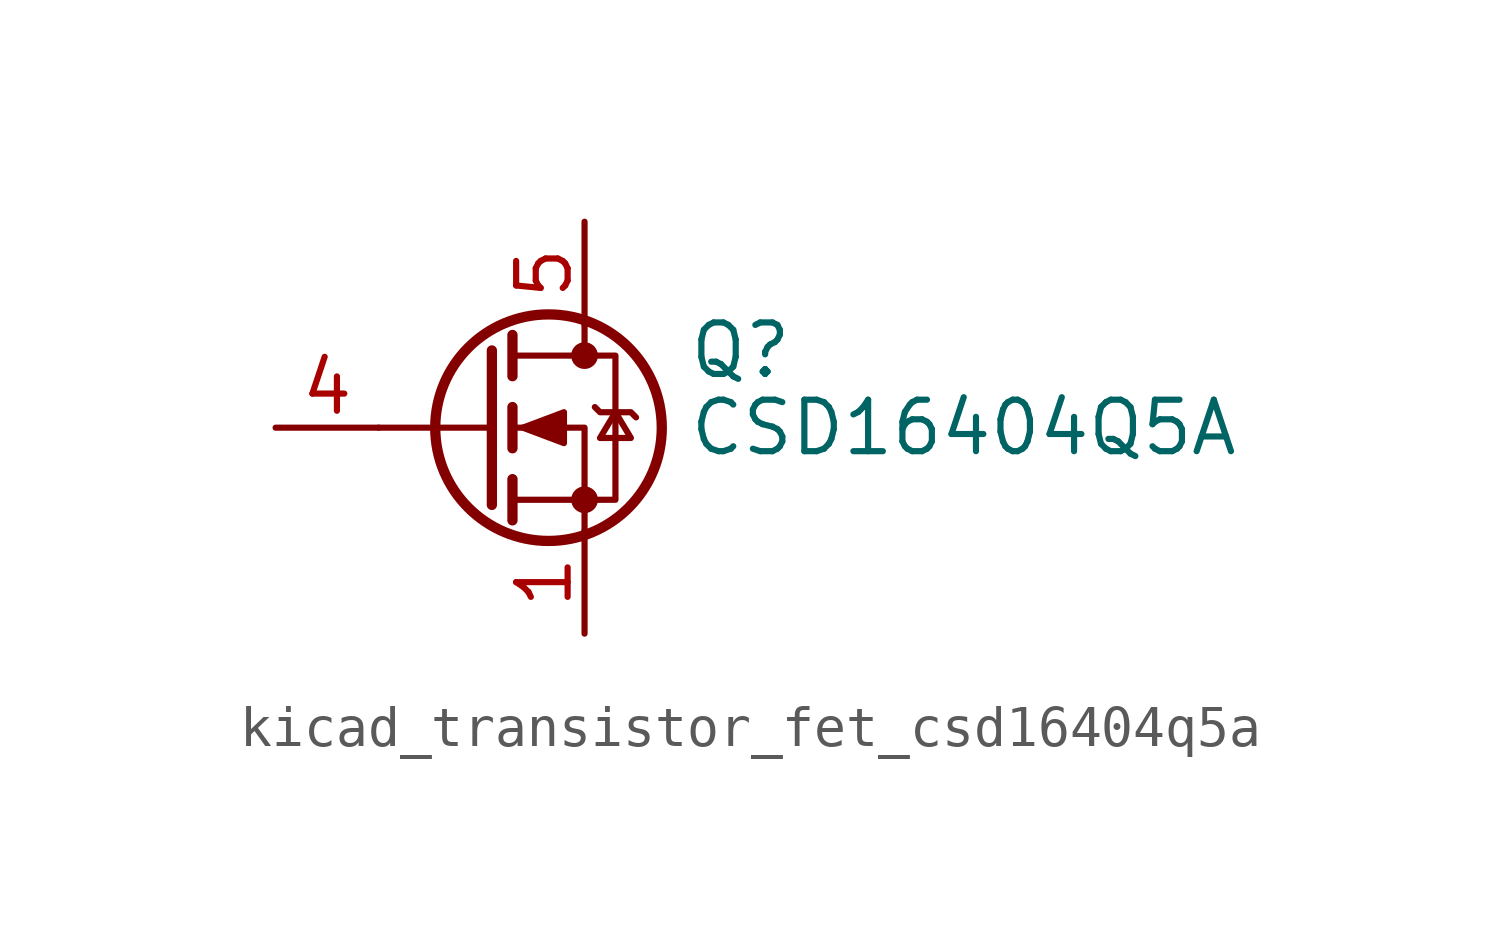
<source format=kicad_sym>
(kicad_symbol_lib
  (version 20220914)
  (generator kicad_symbol_editor)
  (symbol "kicad_transistor_fet_csd16404q5a"
    (pin_names hide)
    (property "Reference" "Q"
      (at 5.08 1.905 0)
      (effects (font (size 1.27 1.27)) (justify left)))
    (property "Value" "CSD16404Q5A"
      (at 5.08 0 0)
      (effects (font (size 1.27 1.27)) (justify left)))
    (symbol "kicad_transistor_fet_csd16404q5a_0_1"
      (polyline (pts (xy 0.254 0) (xy -2.54 0)) (stroke (width 0) (type default)) (fill (type none)))
      (polyline (pts (xy 0.254 1.905) (xy 0.254 -1.905)) (stroke (width 0.254) (type default)) (fill (type none)))
      (polyline (pts (xy 0.762 -1.27) (xy 0.762 -2.286)) (stroke (width 0.254) (type default)) (fill (type none)))
      (polyline (pts (xy 0.762 0.508) (xy 0.762 -0.508)) (stroke (width 0.254) (type default)) (fill (type none)))
      (polyline (pts (xy 0.762 2.286) (xy 0.762 1.27)) (stroke (width 0.254) (type default)) (fill (type none)))
      (polyline (pts (xy 2.54 2.54) (xy 2.54 1.778)) (stroke (width 0) (type default)) (fill (type none)))
      (polyline (pts (xy 2.54 -2.54) (xy 2.54 0) (xy 0.762 0)) (stroke (width 0) (type default)) (fill (type none)))
      (polyline (pts (xy 0.762 -1.778) (xy 3.302 -1.778) (xy 3.302 1.778) (xy 0.762 1.778)) (stroke (width 0) (type default)) (fill (type none)))
      (polyline (pts (xy 1.016 0) (xy 2.032 0.381) (xy 2.032 -0.381) (xy 1.016 0)) (stroke (width 0) (type default)) (fill (type outline)))
      (polyline (pts (xy 2.794 0.508) (xy 2.921 0.381) (xy 3.683 0.381) (xy 3.81 0.254)) (stroke (width 0) (type default)) (fill (type none)))
      (polyline (pts (xy 3.302 0.381) (xy 2.921 -0.254) (xy 3.683 -0.254) (xy 3.302 0.381)) (stroke (width 0) (type default)) (fill (type none)))
      (circle (center 1.651 0) (radius 2.794) (stroke (width 0.254) (type default)) (fill (type none)))
      (circle (center 2.54 -1.778) (radius 0.254) (stroke (width 0) (type default)) (fill (type outline)))
      (circle (center 2.54 1.778) (radius 0.254) (stroke (width 0) (type default)) (fill (type outline))))
    (symbol "kicad_transistor_fet_csd16404q5a_1_1"
      (pin passive line (at 2.54 -5.08 90) (length 2.54) (name "S" (effects (font (size 1.27 1.27)))) (number "1" (effects (font (size 1.27 1.27)))))
      (pin passive line (at 2.54 -5.08 90) (length 2.54) hide (name "S" (effects (font (size 1.27 1.27)))) (number "2" (effects (font (size 1.27 1.27)))))
      (pin passive line (at 2.54 -5.08 90) (length 2.54) hide (name "S" (effects (font (size 1.27 1.27)))) (number "3" (effects (font (size 1.27 1.27)))))
      (pin passive line (at -5.08 0 0) (length 2.54) (name "G" (effects (font (size 1.27 1.27)))) (number "4" (effects (font (size 1.27 1.27)))))
      (pin passive line (at 2.54 5.08 270) (length 2.54) (name "D" (effects (font (size 1.27 1.27)))) (number "5" (effects (font (size 1.27 1.27))))))))
</source>
